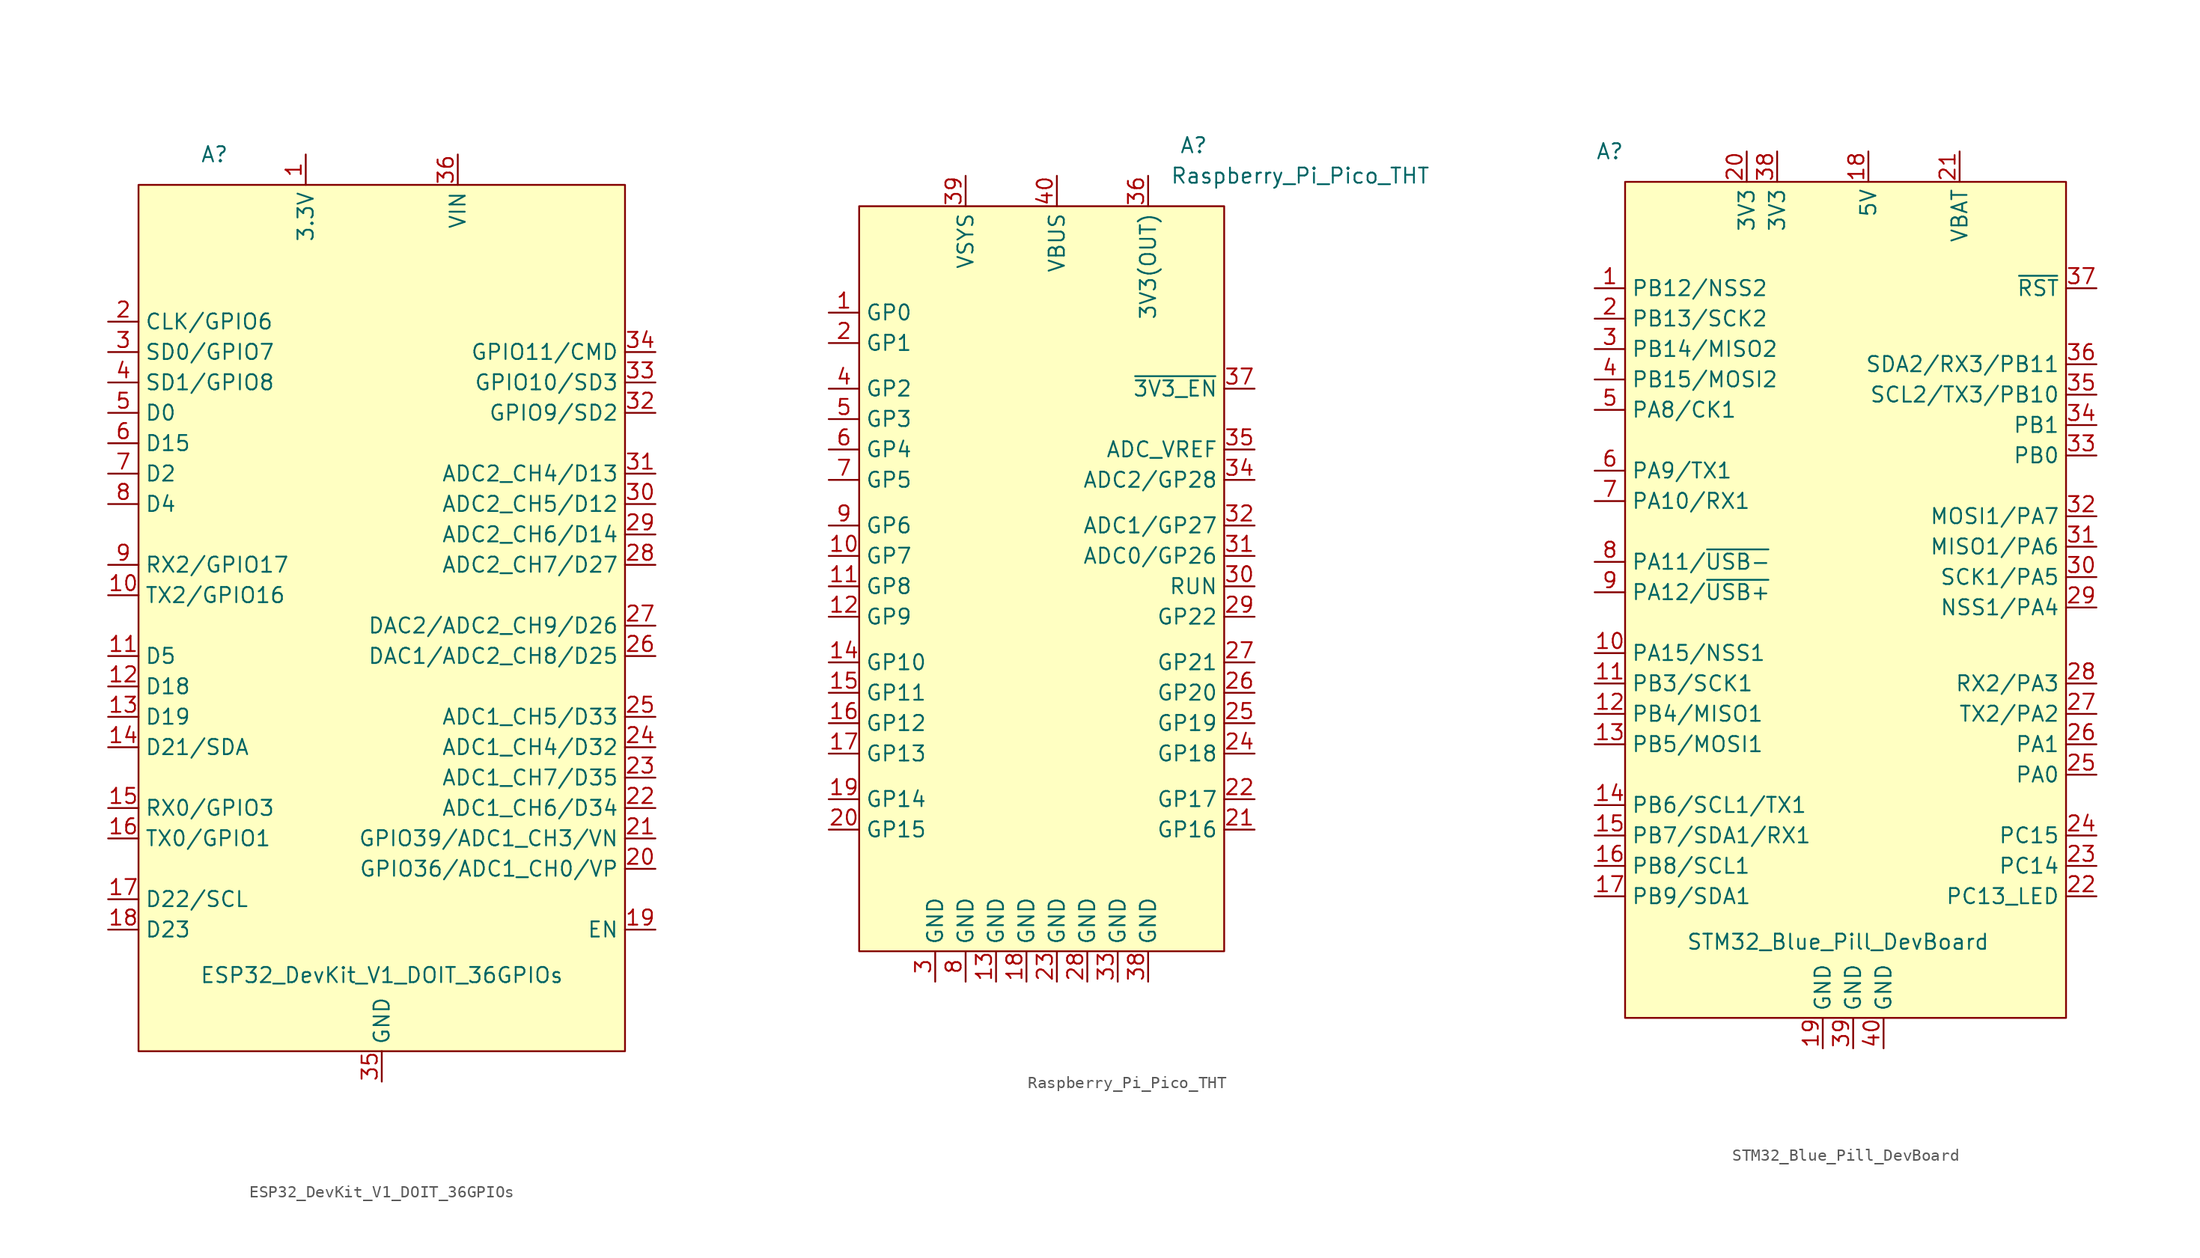
<source format=kicad_sym>
(kicad_symbol_lib
  (version 20220914)
  (generator kicad_symbol_editor)
  (symbol "ESP32_DevKit_V1_DOIT_36GPIOs"
    (property "Reference" "A"
      (at -13.97 36.83 0)
      (effects (font (size 1.27 1.27))))
    (property "Value" "ESP32_DevKit_V1_DOIT_36GPIOs"
      (at 0 -31.75 0)
      (effects (font (size 1.27 1.27))))
    (symbol "ESP32_DevKit_V1_DOIT_36GPIOs_0_1"
      (rectangle (start -20.32 34.29) (end 20.32 -38.1) (stroke (width 0) (type default)) (fill (type background))))
    (symbol "ESP32_DevKit_V1_DOIT_36GPIOs_1_1"
      (pin power_in line (at -6.35 36.83 270) (length 2.54) (name "3.3V" (effects (font (size 1.27 1.27)))) (number "1" (effects (font (size 1.27 1.27)))))
      (pin bidirectional line (at -22.86 0 0) (length 2.54) (name "TX2/GPIO16" (effects (font (size 1.27 1.27)))) (number "10" (effects (font (size 1.27 1.27)))))
      (pin bidirectional line (at -22.86 -5.08 0) (length 2.54) (name "D5" (effects (font (size 1.27 1.27)))) (number "11" (effects (font (size 1.27 1.27)))))
      (pin bidirectional line (at -22.86 -7.62 0) (length 2.54) (name "D18" (effects (font (size 1.27 1.27)))) (number "12" (effects (font (size 1.27 1.27)))))
      (pin bidirectional line (at -22.86 -10.16 0) (length 2.54) (name "D19" (effects (font (size 1.27 1.27)))) (number "13" (effects (font (size 1.27 1.27)))))
      (pin bidirectional line (at -22.86 -12.7 0) (length 2.54) (name "D21/SDA" (effects (font (size 1.27 1.27)))) (number "14" (effects (font (size 1.27 1.27)))))
      (pin bidirectional line (at -22.86 -17.78 0) (length 2.54) (name "RX0/GPIO3" (effects (font (size 1.27 1.27)))) (number "15" (effects (font (size 1.27 1.27)))))
      (pin bidirectional line (at -22.86 -20.32 0) (length 2.54) (name "TX0/GPIO1" (effects (font (size 1.27 1.27)))) (number "16" (effects (font (size 1.27 1.27)))))
      (pin bidirectional line (at -22.86 -25.4 0) (length 2.54) (name "D22/SCL" (effects (font (size 1.27 1.27)))) (number "17" (effects (font (size 1.27 1.27)))))
      (pin bidirectional line (at -22.86 -27.94 0) (length 2.54) (name "D23" (effects (font (size 1.27 1.27)))) (number "18" (effects (font (size 1.27 1.27)))))
      (pin bidirectional line (at 22.86 -27.94 180) (length 2.54) (name "EN" (effects (font (size 1.27 1.27)))) (number "19" (effects (font (size 1.27 1.27)))))
      (pin bidirectional line (at -22.86 22.86 0) (length 2.54) (name "CLK/GPIO6" (effects (font (size 1.27 1.27)))) (number "2" (effects (font (size 1.27 1.27)))))
      (pin bidirectional line (at 22.86 -22.86 180) (length 2.54) (name "GPIO36/ADC1_CH0/VP" (effects (font (size 1.27 1.27)))) (number "20" (effects (font (size 1.27 1.27)))))
      (pin bidirectional line (at 22.86 -20.32 180) (length 2.54) (name "GPIO39/ADC1_CH3/VN" (effects (font (size 1.27 1.27)))) (number "21" (effects (font (size 1.27 1.27)))))
      (pin bidirectional line (at 22.86 -17.78 180) (length 2.54) (name "ADC1_CH6/D34" (effects (font (size 1.27 1.27)))) (number "22" (effects (font (size 1.27 1.27)))))
      (pin bidirectional line (at 22.86 -15.24 180) (length 2.54) (name "ADC1_CH7/D35" (effects (font (size 1.27 1.27)))) (number "23" (effects (font (size 1.27 1.27)))))
      (pin bidirectional line (at 22.86 -12.7 180) (length 2.54) (name "ADC1_CH4/D32" (effects (font (size 1.27 1.27)))) (number "24" (effects (font (size 1.27 1.27)))))
      (pin bidirectional line (at 22.86 -10.16 180) (length 2.54) (name "ADC1_CH5/D33" (effects (font (size 1.27 1.27)))) (number "25" (effects (font (size 1.27 1.27)))))
      (pin bidirectional line (at 22.86 -5.08 180) (length 2.54) (name "DAC1/ADC2_CH8/D25" (effects (font (size 1.27 1.27)))) (number "26" (effects (font (size 1.27 1.27)))))
      (pin bidirectional line (at 22.86 -2.54 180) (length 2.54) (name "DAC2/ADC2_CH9/D26" (effects (font (size 1.27 1.27)))) (number "27" (effects (font (size 1.27 1.27)))))
      (pin bidirectional line (at 22.86 2.54 180) (length 2.54) (name "ADC2_CH7/D27" (effects (font (size 1.27 1.27)))) (number "28" (effects (font (size 1.27 1.27)))))
      (pin bidirectional line (at 22.86 5.08 180) (length 2.54) (name "ADC2_CH6/D14" (effects (font (size 1.27 1.27)))) (number "29" (effects (font (size 1.27 1.27)))))
      (pin bidirectional line (at -22.86 20.32 0) (length 2.54) (name "SD0/GPIO7" (effects (font (size 1.27 1.27)))) (number "3" (effects (font (size 1.27 1.27)))))
      (pin bidirectional line (at 22.86 7.62 180) (length 2.54) (name "ADC2_CH5/D12" (effects (font (size 1.27 1.27)))) (number "30" (effects (font (size 1.27 1.27)))))
      (pin bidirectional line (at 22.86 10.16 180) (length 2.54) (name "ADC2_CH4/D13" (effects (font (size 1.27 1.27)))) (number "31" (effects (font (size 1.27 1.27)))))
      (pin bidirectional line (at 22.86 15.24 180) (length 2.54) (name "GPIO9/SD2" (effects (font (size 1.27 1.27)))) (number "32" (effects (font (size 1.27 1.27)))))
      (pin bidirectional line (at 22.86 17.78 180) (length 2.54) (name "GPIO10/SD3" (effects (font (size 1.27 1.27)))) (number "33" (effects (font (size 1.27 1.27)))))
      (pin bidirectional line (at 22.86 20.32 180) (length 2.54) (name "GPIO11/CMD" (effects (font (size 1.27 1.27)))) (number "34" (effects (font (size 1.27 1.27)))))
      (pin power_out line (at 0 -40.64 90) (length 2.54) (name "GND" (effects (font (size 1.27 1.27)))) (number "35" (effects (font (size 1.27 1.27)))))
      (pin power_in line (at 6.35 36.83 270) (length 2.54) (name "VIN" (effects (font (size 1.27 1.27)))) (number "36" (effects (font (size 1.27 1.27)))))
      (pin bidirectional line (at -22.86 17.78 0) (length 2.54) (name "SD1/GPIO8" (effects (font (size 1.27 1.27)))) (number "4" (effects (font (size 1.27 1.27)))))
      (pin bidirectional line (at -22.86 15.24 0) (length 2.54) (name "D0" (effects (font (size 1.27 1.27)))) (number "5" (effects (font (size 1.27 1.27)))))
      (pin bidirectional line (at -22.86 12.7 0) (length 2.54) (name "D15" (effects (font (size 1.27 1.27)))) (number "6" (effects (font (size 1.27 1.27)))))
      (pin bidirectional line (at -22.86 10.16 0) (length 2.54) (name "D2" (effects (font (size 1.27 1.27)))) (number "7" (effects (font (size 1.27 1.27)))))
      (pin bidirectional line (at -22.86 7.62 0) (length 2.54) (name "D4" (effects (font (size 1.27 1.27)))) (number "8" (effects (font (size 1.27 1.27)))))
      (pin bidirectional line (at -22.86 2.54 0) (length 2.54) (name "RX2/GPIO17" (effects (font (size 1.27 1.27)))) (number "9" (effects (font (size 1.27 1.27)))))))
  (symbol "Raspberry_Pi_Pico_THT"
    (property "Reference" "A"
      (at 12.7 34.29 0)
      (effects (font (size 1.27 1.27))))
    (property "Value" "Raspberry_Pi_Pico_THT"
      (at 21.59 31.75 0)
      (effects (font (size 1.27 1.27))))
    (symbol "Raspberry_Pi_Pico_THT_0_1"
      (rectangle (start -15.24 29.21) (end 15.24 -33.02) (stroke (width 0) (type default)) (fill (type background))))
    (symbol "Raspberry_Pi_Pico_THT_1_1"
      (pin bidirectional line (at -17.78 20.32 0) (length 2.54) (name "GP0" (effects (font (size 1.27 1.27)))) (number "1" (effects (font (size 1.27 1.27)))))
      (pin bidirectional line (at -17.78 0 0) (length 2.54) (name "GP7" (effects (font (size 1.27 1.27)))) (number "10" (effects (font (size 1.27 1.27)))))
      (pin bidirectional line (at -17.78 -2.54 0) (length 2.54) (name "GP8" (effects (font (size 1.27 1.27)))) (number "11" (effects (font (size 1.27 1.27)))))
      (pin bidirectional line (at -17.78 -5.08 0) (length 2.54) (name "GP9" (effects (font (size 1.27 1.27)))) (number "12" (effects (font (size 1.27 1.27)))))
      (pin power_in line (at -3.81 -35.56 90) (length 2.54) (name "GND" (effects (font (size 1.27 1.27)))) (number "13" (effects (font (size 1.27 1.27)))))
      (pin bidirectional line (at -17.78 -8.89 0) (length 2.54) (name "GP10" (effects (font (size 1.27 1.27)))) (number "14" (effects (font (size 1.27 1.27)))))
      (pin bidirectional line (at -17.78 -11.43 0) (length 2.54) (name "GP11" (effects (font (size 1.27 1.27)))) (number "15" (effects (font (size 1.27 1.27)))))
      (pin bidirectional line (at -17.78 -13.97 0) (length 2.54) (name "GP12" (effects (font (size 1.27 1.27)))) (number "16" (effects (font (size 1.27 1.27)))))
      (pin bidirectional line (at -17.78 -16.51 0) (length 2.54) (name "GP13" (effects (font (size 1.27 1.27)))) (number "17" (effects (font (size 1.27 1.27)))))
      (pin power_in line (at -1.27 -35.56 90) (length 2.54) (name "GND" (effects (font (size 1.27 1.27)))) (number "18" (effects (font (size 1.27 1.27)))))
      (pin bidirectional line (at -17.78 -20.32 0) (length 2.54) (name "GP14" (effects (font (size 1.27 1.27)))) (number "19" (effects (font (size 1.27 1.27)))))
      (pin bidirectional line (at -17.78 17.78 0) (length 2.54) (name "GP1" (effects (font (size 1.27 1.27)))) (number "2" (effects (font (size 1.27 1.27)))))
      (pin bidirectional line (at -17.78 -22.86 0) (length 2.54) (name "GP15" (effects (font (size 1.27 1.27)))) (number "20" (effects (font (size 1.27 1.27)))))
      (pin bidirectional line (at 17.78 -22.86 180) (length 2.54) (name "GP16" (effects (font (size 1.27 1.27)))) (number "21" (effects (font (size 1.27 1.27)))))
      (pin bidirectional line (at 17.78 -20.32 180) (length 2.54) (name "GP17" (effects (font (size 1.27 1.27)))) (number "22" (effects (font (size 1.27 1.27)))))
      (pin power_in line (at 1.27 -35.56 90) (length 2.54) (name "GND" (effects (font (size 1.27 1.27)))) (number "23" (effects (font (size 1.27 1.27)))))
      (pin bidirectional line (at 17.78 -16.51 180) (length 2.54) (name "GP18" (effects (font (size 1.27 1.27)))) (number "24" (effects (font (size 1.27 1.27)))))
      (pin bidirectional line (at 17.78 -13.97 180) (length 2.54) (name "GP19" (effects (font (size 1.27 1.27)))) (number "25" (effects (font (size 1.27 1.27)))))
      (pin bidirectional line (at 17.78 -11.43 180) (length 2.54) (name "GP20" (effects (font (size 1.27 1.27)))) (number "26" (effects (font (size 1.27 1.27)))))
      (pin bidirectional line (at 17.78 -8.89 180) (length 2.54) (name "GP21" (effects (font (size 1.27 1.27)))) (number "27" (effects (font (size 1.27 1.27)))))
      (pin power_in line (at 3.81 -35.56 90) (length 2.54) (name "GND" (effects (font (size 1.27 1.27)))) (number "28" (effects (font (size 1.27 1.27)))))
      (pin bidirectional line (at 17.78 -5.08 180) (length 2.54) (name "GP22" (effects (font (size 1.27 1.27)))) (number "29" (effects (font (size 1.27 1.27)))))
      (pin power_in line (at -8.89 -35.56 90) (length 2.54) (name "GND" (effects (font (size 1.27 1.27)))) (number "3" (effects (font (size 1.27 1.27)))))
      (pin bidirectional line (at 17.78 -2.54 180) (length 2.54) (name "RUN" (effects (font (size 1.27 1.27)))) (number "30" (effects (font (size 1.27 1.27)))))
      (pin bidirectional line (at 17.78 0 180) (length 2.54) (name "ADC0/GP26" (effects (font (size 1.27 1.27)))) (number "31" (effects (font (size 1.27 1.27)))))
      (pin bidirectional line (at 17.78 2.54 180) (length 2.54) (name "ADC1/GP27" (effects (font (size 1.27 1.27)))) (number "32" (effects (font (size 1.27 1.27)))))
      (pin power_in line (at 6.35 -35.56 90) (length 2.54) (name "GND" (effects (font (size 1.27 1.27)))) (number "33" (effects (font (size 1.27 1.27)))))
      (pin bidirectional line (at 17.78 6.35 180) (length 2.54) (name "ADC2/GP28" (effects (font (size 1.27 1.27)))) (number "34" (effects (font (size 1.27 1.27)))))
      (pin bidirectional line (at 17.78 8.89 180) (length 2.54) (name "ADC_VREF" (effects (font (size 1.27 1.27)))) (number "35" (effects (font (size 1.27 1.27)))))
      (pin power_in line (at 8.89 31.75 270) (length 2.54) (name "3V3(OUT)" (effects (font (size 1.27 1.27)))) (number "36" (effects (font (size 1.27 1.27)))))
      (pin bidirectional line (at 17.78 13.97 180) (length 2.54) (name "~{3V3_EN}" (effects (font (size 1.27 1.27)))) (number "37" (effects (font (size 1.27 1.27)))))
      (pin power_in line (at 8.89 -35.56 90) (length 2.54) (name "GND" (effects (font (size 1.27 1.27)))) (number "38" (effects (font (size 1.27 1.27)))))
      (pin power_in line (at -6.35 31.75 270) (length 2.54) (name "VSYS" (effects (font (size 1.27 1.27)))) (number "39" (effects (font (size 1.27 1.27)))))
      (pin bidirectional line (at -17.78 13.97 0) (length 2.54) (name "GP2" (effects (font (size 1.27 1.27)))) (number "4" (effects (font (size 1.27 1.27)))))
      (pin power_in line (at 1.27 31.75 270) (length 2.54) (name "VBUS" (effects (font (size 1.27 1.27)))) (number "40" (effects (font (size 1.27 1.27)))))
      (pin bidirectional line (at -17.78 11.43 0) (length 2.54) (name "GP3" (effects (font (size 1.27 1.27)))) (number "5" (effects (font (size 1.27 1.27)))))
      (pin bidirectional line (at -17.78 8.89 0) (length 2.54) (name "GP4" (effects (font (size 1.27 1.27)))) (number "6" (effects (font (size 1.27 1.27)))))
      (pin bidirectional line (at -17.78 6.35 0) (length 2.54) (name "GP5" (effects (font (size 1.27 1.27)))) (number "7" (effects (font (size 1.27 1.27)))))
      (pin power_in line (at -6.35 -35.56 90) (length 2.54) (name "GND" (effects (font (size 1.27 1.27)))) (number "8" (effects (font (size 1.27 1.27)))))
      (pin bidirectional line (at -17.78 2.54 0) (length 2.54) (name "GP6" (effects (font (size 1.27 1.27)))) (number "9" (effects (font (size 1.27 1.27)))))))
  (symbol "STM32_Blue_Pill_DevBoard"
    (property "Reference" "A"
      (at -20.32 36.83 0)
      (effects (font (size 1.27 1.27))))
    (property "Value" "STM32_Blue_Pill_DevBoard"
      (at -1.27 -29.21 0)
      (effects (font (size 1.27 1.27))))
    (symbol "STM32_Blue_Pill_DevBoard_0_1"
      (rectangle (start -19.05 34.29) (end 17.78 -35.56) (stroke (width 0) (type default)) (fill (type background))))
    (symbol "STM32_Blue_Pill_DevBoard_1_1"
      (pin bidirectional line (at -21.59 25.4 0) (length 2.54) (name "PB12/NSS2" (effects (font (size 1.27 1.27)))) (number "1" (effects (font (size 1.27 1.27)))))
      (pin bidirectional line (at -21.59 -5.08 0) (length 2.54) (name "PA15/NSS1" (effects (font (size 1.27 1.27)))) (number "10" (effects (font (size 1.27 1.27)))))
      (pin bidirectional line (at -21.59 -7.62 0) (length 2.54) (name "PB3/SCK1" (effects (font (size 1.27 1.27)))) (number "11" (effects (font (size 1.27 1.27)))))
      (pin bidirectional line (at -21.59 -10.16 0) (length 2.54) (name "PB4/MISO1" (effects (font (size 1.27 1.27)))) (number "12" (effects (font (size 1.27 1.27)))))
      (pin bidirectional line (at -21.59 -12.7 0) (length 2.54) (name "PB5/MOSI1" (effects (font (size 1.27 1.27)))) (number "13" (effects (font (size 1.27 1.27)))))
      (pin bidirectional line (at -21.59 -17.78 0) (length 2.54) (name "PB6/SCL1/TX1" (effects (font (size 1.27 1.27)))) (number "14" (effects (font (size 1.27 1.27)))))
      (pin bidirectional line (at -21.59 -20.32 0) (length 2.54) (name "PB7/SDA1/RX1" (effects (font (size 1.27 1.27)))) (number "15" (effects (font (size 1.27 1.27)))))
      (pin bidirectional line (at -21.59 -22.86 0) (length 2.54) (name "PB8/SCL1" (effects (font (size 1.27 1.27)))) (number "16" (effects (font (size 1.27 1.27)))))
      (pin bidirectional line (at -21.59 -25.4 0) (length 2.54) (name "PB9/SDA1" (effects (font (size 1.27 1.27)))) (number "17" (effects (font (size 1.27 1.27)))))
      (pin power_in line (at 1.27 36.83 270) (length 2.54) (name "5V" (effects (font (size 1.27 1.27)))) (number "18" (effects (font (size 1.27 1.27)))))
      (pin power_in line (at -2.54 -38.1 90) (length 2.54) (name "GND" (effects (font (size 1.27 1.27)))) (number "19" (effects (font (size 1.27 1.27)))))
      (pin bidirectional line (at -21.59 22.86 0) (length 2.54) (name "PB13/SCK2" (effects (font (size 1.27 1.27)))) (number "2" (effects (font (size 1.27 1.27)))))
      (pin power_in line (at -8.89 36.83 270) (length 2.54) (name "3V3" (effects (font (size 1.27 1.27)))) (number "20" (effects (font (size 1.27 1.27)))))
      (pin power_in line (at 8.89 36.83 270) (length 2.54) (name "VBAT" (effects (font (size 1.27 1.27)))) (number "21" (effects (font (size 1.27 1.27)))))
      (pin bidirectional line (at 20.32 -25.4 180) (length 2.54) (name "PC13_LED" (effects (font (size 1.27 1.27)))) (number "22" (effects (font (size 1.27 1.27)))))
      (pin bidirectional line (at 20.32 -22.86 180) (length 2.54) (name "PC14" (effects (font (size 1.27 1.27)))) (number "23" (effects (font (size 1.27 1.27)))))
      (pin bidirectional line (at 20.32 -20.32 180) (length 2.54) (name "PC15" (effects (font (size 1.27 1.27)))) (number "24" (effects (font (size 1.27 1.27)))))
      (pin bidirectional line (at 20.32 -15.24 180) (length 2.54) (name "PA0" (effects (font (size 1.27 1.27)))) (number "25" (effects (font (size 1.27 1.27)))))
      (pin bidirectional line (at 20.32 -12.7 180) (length 2.54) (name "PA1" (effects (font (size 1.27 1.27)))) (number "26" (effects (font (size 1.27 1.27)))))
      (pin bidirectional line (at 20.32 -10.16 180) (length 2.54) (name "TX2/PA2" (effects (font (size 1.27 1.27)))) (number "27" (effects (font (size 1.27 1.27)))))
      (pin bidirectional line (at 20.32 -7.62 180) (length 2.54) (name "RX2/PA3" (effects (font (size 1.27 1.27)))) (number "28" (effects (font (size 1.27 1.27)))))
      (pin bidirectional line (at 20.32 -1.27 180) (length 2.54) (name "NSS1/PA4" (effects (font (size 1.27 1.27)))) (number "29" (effects (font (size 1.27 1.27)))))
      (pin bidirectional line (at -21.59 20.32 0) (length 2.54) (name "PB14/MISO2" (effects (font (size 1.27 1.27)))) (number "3" (effects (font (size 1.27 1.27)))))
      (pin bidirectional line (at 20.32 1.27 180) (length 2.54) (name "SCK1/PA5" (effects (font (size 1.27 1.27)))) (number "30" (effects (font (size 1.27 1.27)))))
      (pin bidirectional line (at 20.32 3.81 180) (length 2.54) (name "MISO1/PA6" (effects (font (size 1.27 1.27)))) (number "31" (effects (font (size 1.27 1.27)))))
      (pin bidirectional line (at 20.32 6.35 180) (length 2.54) (name "MOSI1/PA7" (effects (font (size 1.27 1.27)))) (number "32" (effects (font (size 1.27 1.27)))))
      (pin bidirectional line (at 20.32 11.43 180) (length 2.54) (name "PB0" (effects (font (size 1.27 1.27)))) (number "33" (effects (font (size 1.27 1.27)))))
      (pin bidirectional line (at 20.32 13.97 180) (length 2.54) (name "PB1" (effects (font (size 1.27 1.27)))) (number "34" (effects (font (size 1.27 1.27)))))
      (pin bidirectional line (at 20.32 16.51 180) (length 2.54) (name "SCL2/TX3/PB10" (effects (font (size 1.27 1.27)))) (number "35" (effects (font (size 1.27 1.27)))))
      (pin bidirectional line (at 20.32 19.05 180) (length 2.54) (name "SDA2/RX3/PB11" (effects (font (size 1.27 1.27)))) (number "36" (effects (font (size 1.27 1.27)))))
      (pin bidirectional line (at 20.32 25.4 180) (length 2.54) (name "~{RST}" (effects (font (size 1.27 1.27)))) (number "37" (effects (font (size 1.27 1.27)))))
      (pin power_in line (at -6.35 36.83 270) (length 2.54) (name "3V3" (effects (font (size 1.27 1.27)))) (number "38" (effects (font (size 1.27 1.27)))))
      (pin power_in line (at 0 -38.1 90) (length 2.54) (name "GND" (effects (font (size 1.27 1.27)))) (number "39" (effects (font (size 1.27 1.27)))))
      (pin bidirectional line (at -21.59 17.78 0) (length 2.54) (name "PB15/MOSI2" (effects (font (size 1.27 1.27)))) (number "4" (effects (font (size 1.27 1.27)))))
      (pin power_in line (at 2.54 -38.1 90) (length 2.54) (name "GND" (effects (font (size 1.27 1.27)))) (number "40" (effects (font (size 1.27 1.27)))))
      (pin bidirectional line (at -21.59 15.24 0) (length 2.54) (name "PA8/CK1" (effects (font (size 1.27 1.27)))) (number "5" (effects (font (size 1.27 1.27)))))
      (pin bidirectional line (at -21.59 10.16 0) (length 2.54) (name "PA9/TX1" (effects (font (size 1.27 1.27)))) (number "6" (effects (font (size 1.27 1.27)))))
      (pin bidirectional line (at -21.59 7.62 0) (length 2.54) (name "PA10/RX1" (effects (font (size 1.27 1.27)))) (number "7" (effects (font (size 1.27 1.27)))))
      (pin bidirectional line (at -21.59 2.54 0) (length 2.54) (name "PA11/~{USB-}" (effects (font (size 1.27 1.27)))) (number "8" (effects (font (size 1.27 1.27)))))
      (pin bidirectional line (at -21.59 0 0) (length 2.54) (name "PA12/~{USB+}" (effects (font (size 1.27 1.27)))) (number "9" (effects (font (size 1.27 1.27))))))))
</source>
